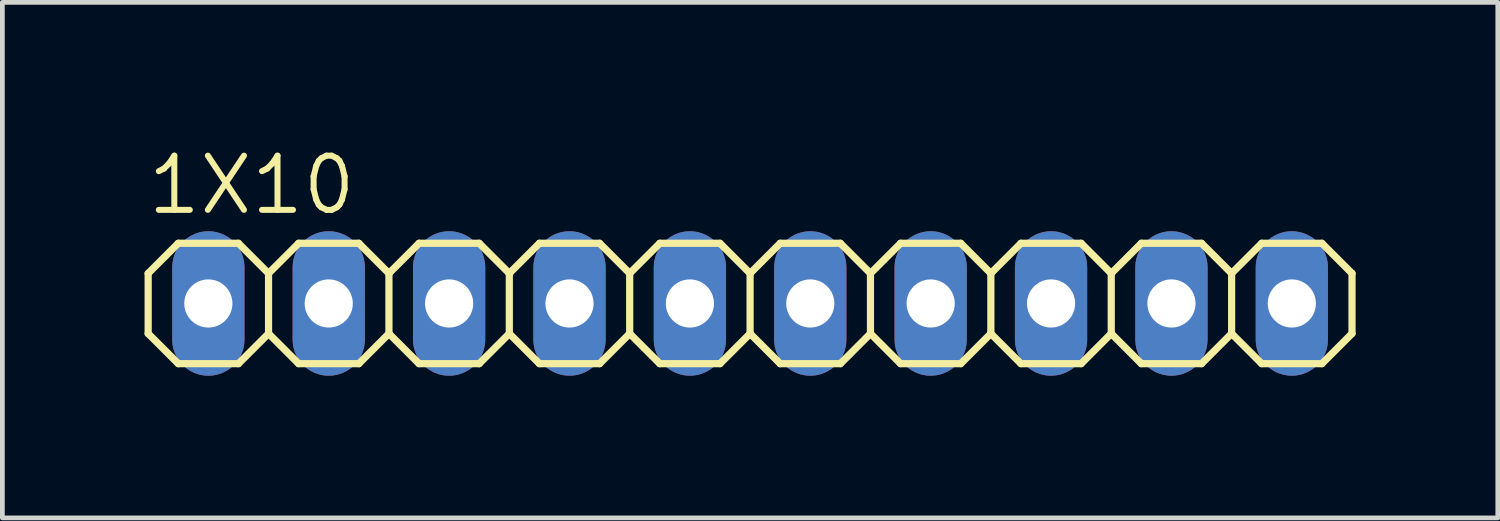
<source format=kicad_pcb>
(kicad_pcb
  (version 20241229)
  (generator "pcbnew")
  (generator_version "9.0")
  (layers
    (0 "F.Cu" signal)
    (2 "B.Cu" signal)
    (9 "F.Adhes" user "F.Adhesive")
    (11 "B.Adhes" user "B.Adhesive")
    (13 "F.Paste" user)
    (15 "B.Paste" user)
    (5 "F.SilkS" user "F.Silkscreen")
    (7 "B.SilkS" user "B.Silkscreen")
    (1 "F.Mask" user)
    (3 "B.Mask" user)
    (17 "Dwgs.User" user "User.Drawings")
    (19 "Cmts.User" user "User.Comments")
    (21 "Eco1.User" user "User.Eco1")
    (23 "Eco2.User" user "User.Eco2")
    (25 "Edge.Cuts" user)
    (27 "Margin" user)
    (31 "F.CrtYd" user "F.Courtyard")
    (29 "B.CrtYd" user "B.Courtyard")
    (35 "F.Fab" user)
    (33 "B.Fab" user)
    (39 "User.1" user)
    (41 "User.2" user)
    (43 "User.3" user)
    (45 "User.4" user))
  (footprint "1X10"
    (layer "F.Cu")
    (at 12.776 3.353)
    (property "Reference" "1X10" (at -12.776 -1.829 0) (layer "F.SilkS") (effects (font (size 1.143 1.143) (thickness 0.127)) (justify left bottom)))
    (fp_line (start -12.7 -0.635) (end -12.7 0.635) (stroke (width 0.152) (type solid)) (layer "F.SilkS"))
    (fp_line (start -12.7 0.635) (end -12.065 1.27) (stroke (width 0.152) (type solid)) (layer "F.SilkS"))
    (fp_line (start -12.065 -1.27) (end -12.7 -0.635) (stroke (width 0.152) (type solid)) (layer "F.SilkS"))
    (fp_line (start -12.065 -1.27) (end -10.795 -1.27) (stroke (width 0.152) (type solid)) (layer "F.SilkS"))
    (fp_line (start -10.795 -1.27) (end -10.16 -0.635) (stroke (width 0.152) (type solid)) (layer "F.SilkS"))
    (fp_line (start -10.795 1.27) (end -12.065 1.27) (stroke (width 0.152) (type solid)) (layer "F.SilkS"))
    (fp_line (start -10.16 -0.635) (end -10.16 0.635) (stroke (width 0.152) (type solid)) (layer "F.SilkS"))
    (fp_line (start -10.16 -0.635) (end -9.525 -1.27) (stroke (width 0.152) (type solid)) (layer "F.SilkS"))
    (fp_line (start -10.16 0.635) (end -10.795 1.27) (stroke (width 0.152) (type solid)) (layer "F.SilkS"))
    (fp_line (start -9.525 -1.27) (end -8.255 -1.27) (stroke (width 0.152) (type solid)) (layer "F.SilkS"))
    (fp_line (start -9.525 1.27) (end -10.16 0.635) (stroke (width 0.152) (type solid)) (layer "F.SilkS"))
    (fp_line (start -8.255 -1.27) (end -7.62 -0.635) (stroke (width 0.152) (type solid)) (layer "F.SilkS"))
    (fp_line (start -8.255 1.27) (end -9.525 1.27) (stroke (width 0.152) (type solid)) (layer "F.SilkS"))
    (fp_line (start -7.62 -0.635) (end -7.62 0.635) (stroke (width 0.152) (type solid)) (layer "F.SilkS"))
    (fp_line (start -7.62 -0.635) (end -6.985 -1.27) (stroke (width 0.152) (type solid)) (layer "F.SilkS"))
    (fp_line (start -7.62 0.635) (end -8.255 1.27) (stroke (width 0.152) (type solid)) (layer "F.SilkS"))
    (fp_line (start -6.985 -1.27) (end -5.715 -1.27) (stroke (width 0.152) (type solid)) (layer "F.SilkS"))
    (fp_line (start -6.985 1.27) (end -7.62 0.635) (stroke (width 0.152) (type solid)) (layer "F.SilkS"))
    (fp_line (start -5.715 -1.27) (end -5.08 -0.635) (stroke (width 0.152) (type solid)) (layer "F.SilkS"))
    (fp_line (start -5.715 1.27) (end -6.985 1.27) (stroke (width 0.152) (type solid)) (layer "F.SilkS"))
    (fp_line (start -5.08 -0.635) (end -5.08 0.635) (stroke (width 0.152) (type solid)) (layer "F.SilkS"))
    (fp_line (start -5.08 0.635) (end -5.715 1.27) (stroke (width 0.152) (type solid)) (layer "F.SilkS"))
    (fp_line (start -5.08 0.635) (end -4.445 1.27) (stroke (width 0.152) (type solid)) (layer "F.SilkS"))
    (fp_line (start -4.445 -1.27) (end -5.08 -0.635) (stroke (width 0.152) (type solid)) (layer "F.SilkS"))
    (fp_line (start -4.445 -1.27) (end -3.175 -1.27) (stroke (width 0.152) (type solid)) (layer "F.SilkS"))
    (fp_line (start -3.175 -1.27) (end -2.54 -0.635) (stroke (width 0.152) (type solid)) (layer "F.SilkS"))
    (fp_line (start -3.175 1.27) (end -4.445 1.27) (stroke (width 0.152) (type solid)) (layer "F.SilkS"))
    (fp_line (start -2.54 -0.635) (end -2.54 0.635) (stroke (width 0.152) (type solid)) (layer "F.SilkS"))
    (fp_line (start -2.54 -0.635) (end -1.905 -1.27) (stroke (width 0.152) (type solid)) (layer "F.SilkS"))
    (fp_line (start -2.54 0.635) (end -3.175 1.27) (stroke (width 0.152) (type solid)) (layer "F.SilkS"))
    (fp_line (start -1.905 -1.27) (end -0.635 -1.27) (stroke (width 0.152) (type solid)) (layer "F.SilkS"))
    (fp_line (start -1.905 1.27) (end -2.54 0.635) (stroke (width 0.152) (type solid)) (layer "F.SilkS"))
    (fp_line (start -0.635 -1.27) (end 0 -0.635) (stroke (width 0.152) (type solid)) (layer "F.SilkS"))
    (fp_line (start -0.635 1.27) (end -1.905 1.27) (stroke (width 0.152) (type solid)) (layer "F.SilkS"))
    (fp_line (start 0 -0.635) (end 0 0.635) (stroke (width 0.152) (type solid)) (layer "F.SilkS"))
    (fp_line (start 0 -0.635) (end 0.635 -1.27) (stroke (width 0.152) (type solid)) (layer "F.SilkS"))
    (fp_line (start 0 0.635) (end -0.635 1.27) (stroke (width 0.152) (type solid)) (layer "F.SilkS"))
    (fp_line (start 0.635 -1.27) (end 1.905 -1.27) (stroke (width 0.152) (type solid)) (layer "F.SilkS"))
    (fp_line (start 0.635 1.27) (end 0 0.635) (stroke (width 0.152) (type solid)) (layer "F.SilkS"))
    (fp_line (start 1.905 -1.27) (end 2.54 -0.635) (stroke (width 0.152) (type solid)) (layer "F.SilkS"))
    (fp_line (start 1.905 1.27) (end 0.635 1.27) (stroke (width 0.152) (type solid)) (layer "F.SilkS"))
    (fp_line (start 2.54 -0.635) (end 2.54 0.635) (stroke (width 0.152) (type solid)) (layer "F.SilkS"))
    (fp_line (start 2.54 0.635) (end 1.905 1.27) (stroke (width 0.152) (type solid)) (layer "F.SilkS"))
    (fp_line (start 2.54 0.635) (end 3.175 1.27) (stroke (width 0.152) (type solid)) (layer "F.SilkS"))
    (fp_line (start 3.175 -1.27) (end 2.54 -0.635) (stroke (width 0.152) (type solid)) (layer "F.SilkS"))
    (fp_line (start 3.175 -1.27) (end 4.445 -1.27) (stroke (width 0.152) (type solid)) (layer "F.SilkS"))
    (fp_line (start 4.445 -1.27) (end 5.08 -0.635) (stroke (width 0.152) (type solid)) (layer "F.SilkS"))
    (fp_line (start 4.445 1.27) (end 3.175 1.27) (stroke (width 0.152) (type solid)) (layer "F.SilkS"))
    (fp_line (start 5.08 -0.635) (end 5.08 0.635) (stroke (width 0.152) (type solid)) (layer "F.SilkS"))
    (fp_line (start 5.08 -0.635) (end 5.715 -1.27) (stroke (width 0.152) (type solid)) (layer "F.SilkS"))
    (fp_line (start 5.08 0.635) (end 4.445 1.27) (stroke (width 0.152) (type solid)) (layer "F.SilkS"))
    (fp_line (start 5.715 -1.27) (end 6.985 -1.27) (stroke (width 0.152) (type solid)) (layer "F.SilkS"))
    (fp_line (start 5.715 1.27) (end 5.08 0.635) (stroke (width 0.152) (type solid)) (layer "F.SilkS"))
    (fp_line (start 6.985 -1.27) (end 7.62 -0.635) (stroke (width 0.152) (type solid)) (layer "F.SilkS"))
    (fp_line (start 6.985 1.27) (end 5.715 1.27) (stroke (width 0.152) (type solid)) (layer "F.SilkS"))
    (fp_line (start 7.62 -0.635) (end 7.62 0.635) (stroke (width 0.152) (type solid)) (layer "F.SilkS"))
    (fp_line (start 7.62 -0.635) (end 8.255 -1.27) (stroke (width 0.152) (type solid)) (layer "F.SilkS"))
    (fp_line (start 7.62 0.635) (end 6.985 1.27) (stroke (width 0.152) (type solid)) (layer "F.SilkS"))
    (fp_line (start 8.255 -1.27) (end 9.525 -1.27) (stroke (width 0.152) (type solid)) (layer "F.SilkS"))
    (fp_line (start 8.255 1.27) (end 7.62 0.635) (stroke (width 0.152) (type solid)) (layer "F.SilkS"))
    (fp_line (start 9.525 -1.27) (end 10.16 -0.635) (stroke (width 0.152) (type solid)) (layer "F.SilkS"))
    (fp_line (start 9.525 1.27) (end 8.255 1.27) (stroke (width 0.152) (type solid)) (layer "F.SilkS"))
    (fp_line (start 10.16 -0.635) (end 10.16 0.635) (stroke (width 0.152) (type solid)) (layer "F.SilkS"))
    (fp_line (start 10.16 0.635) (end 9.525 1.27) (stroke (width 0.152) (type solid)) (layer "F.SilkS"))
    (fp_line (start 10.16 0.635) (end 10.795 1.27) (stroke (width 0.152) (type solid)) (layer "F.SilkS"))
    (fp_line (start 10.795 -1.27) (end 10.16 -0.635) (stroke (width 0.152) (type solid)) (layer "F.SilkS"))
    (fp_line (start 10.795 -1.27) (end 12.065 -1.27) (stroke (width 0.152) (type solid)) (layer "F.SilkS"))
    (fp_line (start 12.065 -1.27) (end 12.7 -0.635) (stroke (width 0.152) (type solid)) (layer "F.SilkS"))
    (fp_line (start 12.065 1.27) (end 10.795 1.27) (stroke (width 0.152) (type solid)) (layer "F.SilkS"))
    (fp_line (start 12.7 -0.635) (end 12.7 0.635) (stroke (width 0.152) (type solid)) (layer "F.SilkS"))
    (fp_line (start 12.7 0.635) (end 12.065 1.27) (stroke (width 0.152) (type solid)) (layer "F.SilkS"))
    (fp_poly (pts (xy -11.684 0.254) (xy -11.176 0.254) (xy -11.176 -0.254) (xy -11.684 -0.254)) (stroke (width 0.1) (type solid)) (fill no) (layer "F.Fab"))
    (fp_poly (pts (xy -9.144 0.254) (xy -8.636 0.254) (xy -8.636 -0.254) (xy -9.144 -0.254)) (stroke (width 0.1) (type solid)) (fill no) (layer "F.Fab"))
    (fp_poly (pts (xy -6.604 0.254) (xy -6.096 0.254) (xy -6.096 -0.254) (xy -6.604 -0.254)) (stroke (width 0.1) (type solid)) (fill no) (layer "F.Fab"))
    (fp_poly (pts (xy -4.064 0.254) (xy -3.556 0.254) (xy -3.556 -0.254) (xy -4.064 -0.254)) (stroke (width 0.1) (type solid)) (fill no) (layer "F.Fab"))
    (fp_poly (pts (xy -1.524 0.254) (xy -1.016 0.254) (xy -1.016 -0.254) (xy -1.524 -0.254)) (stroke (width 0.1) (type solid)) (fill no) (layer "F.Fab"))
    (fp_poly (pts (xy 1.016 0.254) (xy 1.524 0.254) (xy 1.524 -0.254) (xy 1.016 -0.254)) (stroke (width 0.1) (type solid)) (fill no) (layer "F.Fab"))
    (fp_poly (pts (xy 3.556 0.254) (xy 4.064 0.254) (xy 4.064 -0.254) (xy 3.556 -0.254)) (stroke (width 0.1) (type solid)) (fill no) (layer "F.Fab"))
    (fp_poly (pts (xy 6.096 0.254) (xy 6.604 0.254) (xy 6.604 -0.254) (xy 6.096 -0.254)) (stroke (width 0.1) (type solid)) (fill no) (layer "F.Fab"))
    (fp_poly (pts (xy 8.636 0.254) (xy 9.144 0.254) (xy 9.144 -0.254) (xy 8.636 -0.254)) (stroke (width 0.1) (type solid)) (fill no) (layer "F.Fab"))
    (fp_poly (pts (xy 11.176 0.254) (xy 11.684 0.254) (xy 11.684 -0.254) (xy 11.176 -0.254)) (stroke (width 0.1) (type solid)) (fill no) (layer "F.Fab"))
    (pad "1" thru_hole oval (at -11.43 0 90) (size 3.048 1.524) (drill 1.016) (layers "*.Cu" "*.Mask"))
    (pad "2" thru_hole oval (at -8.89 0 90) (size 3.048 1.524) (drill 1.016) (layers "*.Cu" "*.Mask"))
    (pad "3" thru_hole oval (at -6.35 0 90) (size 3.048 1.524) (drill 1.016) (layers "*.Cu" "*.Mask"))
    (pad "4" thru_hole oval (at -3.81 0 90) (size 3.048 1.524) (drill 1.016) (layers "*.Cu" "*.Mask"))
    (pad "5" thru_hole oval (at -1.27 0 90) (size 3.048 1.524) (drill 1.016) (layers "*.Cu" "*.Mask"))
    (pad "6" thru_hole oval (at 1.27 0 90) (size 3.048 1.524) (drill 1.016) (layers "*.Cu" "*.Mask"))
    (pad "7" thru_hole oval (at 3.81 0 90) (size 3.048 1.524) (drill 1.016) (layers "*.Cu" "*.Mask"))
    (pad "8" thru_hole oval (at 6.35 0 90) (size 3.048 1.524) (drill 1.016) (layers "*.Cu" "*.Mask"))
    (pad "9" thru_hole oval (at 8.89 0 90) (size 3.048 1.524) (drill 1.016) (layers "*.Cu" "*.Mask"))
    (pad "10" thru_hole oval (at 11.43 0 90) (size 3.048 1.524) (drill 1.016) (layers "*.Cu" "*.Mask")))
  (gr_rect
    (start -3 -3)
    (end 28.552 7.877)
    (stroke (width 0.1) (type default))
    (fill no)
    (layer "Edge.Cuts")))
</source>
